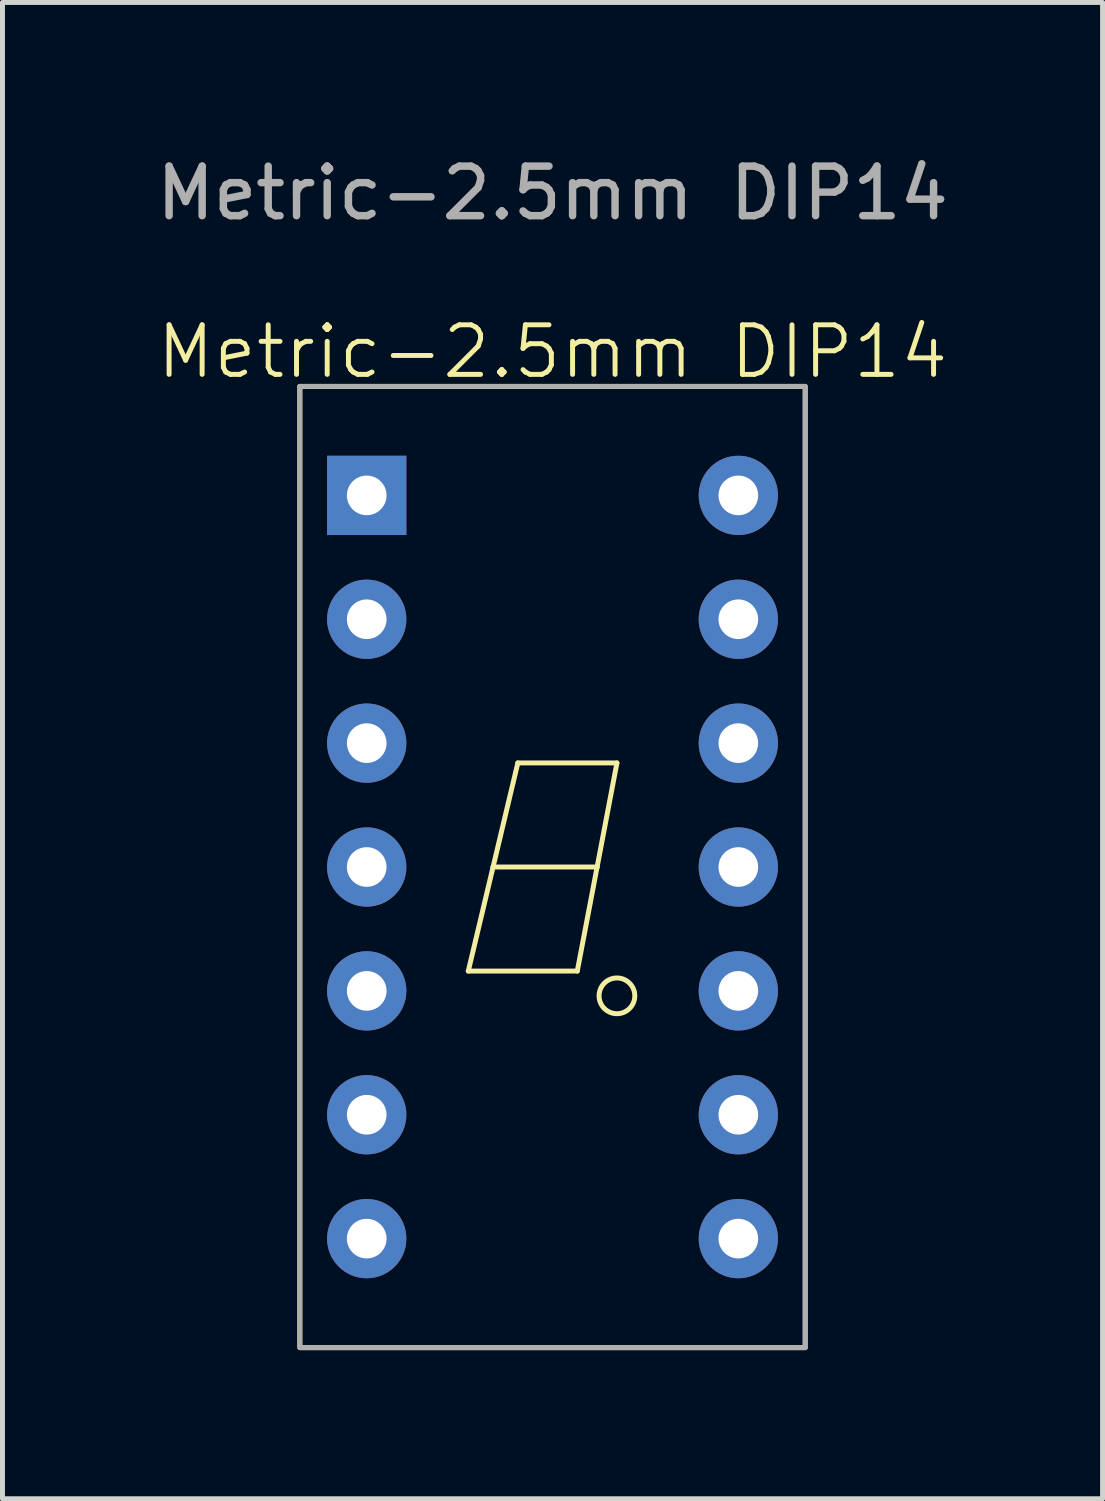
<source format=kicad_pcb>
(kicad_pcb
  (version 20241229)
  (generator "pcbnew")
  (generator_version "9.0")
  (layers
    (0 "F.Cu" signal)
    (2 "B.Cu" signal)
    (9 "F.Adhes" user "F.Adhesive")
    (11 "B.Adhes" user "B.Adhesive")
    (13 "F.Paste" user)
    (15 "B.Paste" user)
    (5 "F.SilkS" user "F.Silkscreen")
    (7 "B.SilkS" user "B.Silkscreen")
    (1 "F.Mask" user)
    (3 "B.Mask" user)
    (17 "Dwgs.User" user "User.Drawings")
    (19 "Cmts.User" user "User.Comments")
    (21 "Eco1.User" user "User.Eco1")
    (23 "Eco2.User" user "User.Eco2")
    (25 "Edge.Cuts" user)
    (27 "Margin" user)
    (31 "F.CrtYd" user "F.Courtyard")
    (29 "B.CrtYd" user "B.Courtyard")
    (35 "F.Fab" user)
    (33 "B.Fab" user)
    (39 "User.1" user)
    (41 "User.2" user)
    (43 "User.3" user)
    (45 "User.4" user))
  (footprint "Metric-2.5mm DIP14"
    (layer "F.Cu")
    (at 8.101 14.448)
    (property "Reference" "Metric-2.5mm DIP14" (at 0 -10.4 0) (unlocked yes) (layer "F.SilkS") (effects (font (size 1 1) (thickness 0.1))))
    (attr through_hole)
    (fp_line (start -1.7 2.1) (end 0.5 2.1) (stroke (width 0.1) (type default)) (layer "F.SilkS"))
    (fp_line (start -1.2 0) (end -1.7 2.1) (stroke (width 0.1) (type default)) (layer "F.SilkS"))
    (fp_line (start -1.2 0) (end 0.9 0) (stroke (width 0.1) (type default)) (layer "F.SilkS"))
    (fp_line (start -0.7 -2.1) (end -1.2 0) (stroke (width 0.1) (type default)) (layer "F.SilkS"))
    (fp_line (start -0.7 -2.1) (end 1.3 -2.1) (stroke (width 0.1) (type default)) (layer "F.SilkS"))
    (fp_line (start 0.9 0) (end 0.5 2.1) (stroke (width 0.1) (type default)) (layer "F.SilkS"))
    (fp_line (start 1.3 -2.1) (end 0.9 0) (stroke (width 0.1) (type default)) (layer "F.SilkS"))
    (fp_rect (start -5.1 -9.7) (end 5.1 9.7) (stroke (width 0.1) (type default)) (fill no) (layer "F.SilkS"))
    (fp_circle (center 1.3 2.6) (end 1.6 2.8) (stroke (width 0.1) (type default)) (fill no) (layer "F.SilkS"))
    (fp_rect (start 5.1 9.7) (end -5.1 -9.7) (stroke (width 0.1) (type default)) (fill no) (layer "F.Fab"))
    (fp_text user "${REFERENCE}" (at 0 -13.6 0) (unlocked yes) (layer "F.Fab") (effects (font (size 1 1) (thickness 0.15))))
    (pad "1" thru_hole rect (at -3.75 -7.5) (size 1.6 1.6) (drill 0.8) (layers "*.Cu" "*.Mask"))
    (pad "2" thru_hole circle (at -3.75 -5) (size 1.6 1.6) (drill 0.8) (layers "*.Cu" "*.Mask"))
    (pad "3" thru_hole circle (at -3.75 -2.5) (size 1.6 1.6) (drill 0.8) (layers "*.Cu" "*.Mask"))
    (pad "4" thru_hole circle (at -3.75 0) (size 1.6 1.6) (drill 0.8) (layers "*.Cu" "*.Mask"))
    (pad "5" thru_hole circle (at -3.75 2.5) (size 1.6 1.6) (drill 0.8) (layers "*.Cu" "*.Mask"))
    (pad "6" thru_hole circle (at -3.75 5) (size 1.6 1.6) (drill 0.8) (layers "*.Cu" "*.Mask"))
    (pad "7" thru_hole circle (at -3.75 7.5) (size 1.6 1.6) (drill 0.8) (layers "*.Cu" "*.Mask"))
    (pad "8" thru_hole circle (at 3.75 7.5) (size 1.6 1.6) (drill 0.8) (layers "*.Cu" "*.Mask"))
    (pad "9" thru_hole circle (at 3.75 5) (size 1.6 1.6) (drill 0.8) (layers "*.Cu" "*.Mask"))
    (pad "10" thru_hole circle (at 3.75 2.5) (size 1.6 1.6) (drill 0.8) (layers "*.Cu" "*.Mask"))
    (pad "11" thru_hole circle (at 3.75 0) (size 1.6 1.6) (drill 0.8) (layers "*.Cu" "*.Mask"))
    (pad "12" thru_hole circle (at 3.75 -2.5) (size 1.6 1.6) (drill 0.8) (layers "*.Cu" "*.Mask"))
    (pad "13" thru_hole circle (at 3.75 -5) (size 1.6 1.6) (drill 0.8) (layers "*.Cu" "*.Mask"))
    (pad "14" thru_hole circle (at 3.75 -7.5) (size 1.6 1.6) (drill 0.8) (layers "*.Cu" "*.Mask")))
  (gr_rect
    (start -3 -3)
    (end 19.202 27.198)
    (stroke (width 0.1) (type default))
    (fill no)
    (layer "Edge.Cuts")))
</source>
